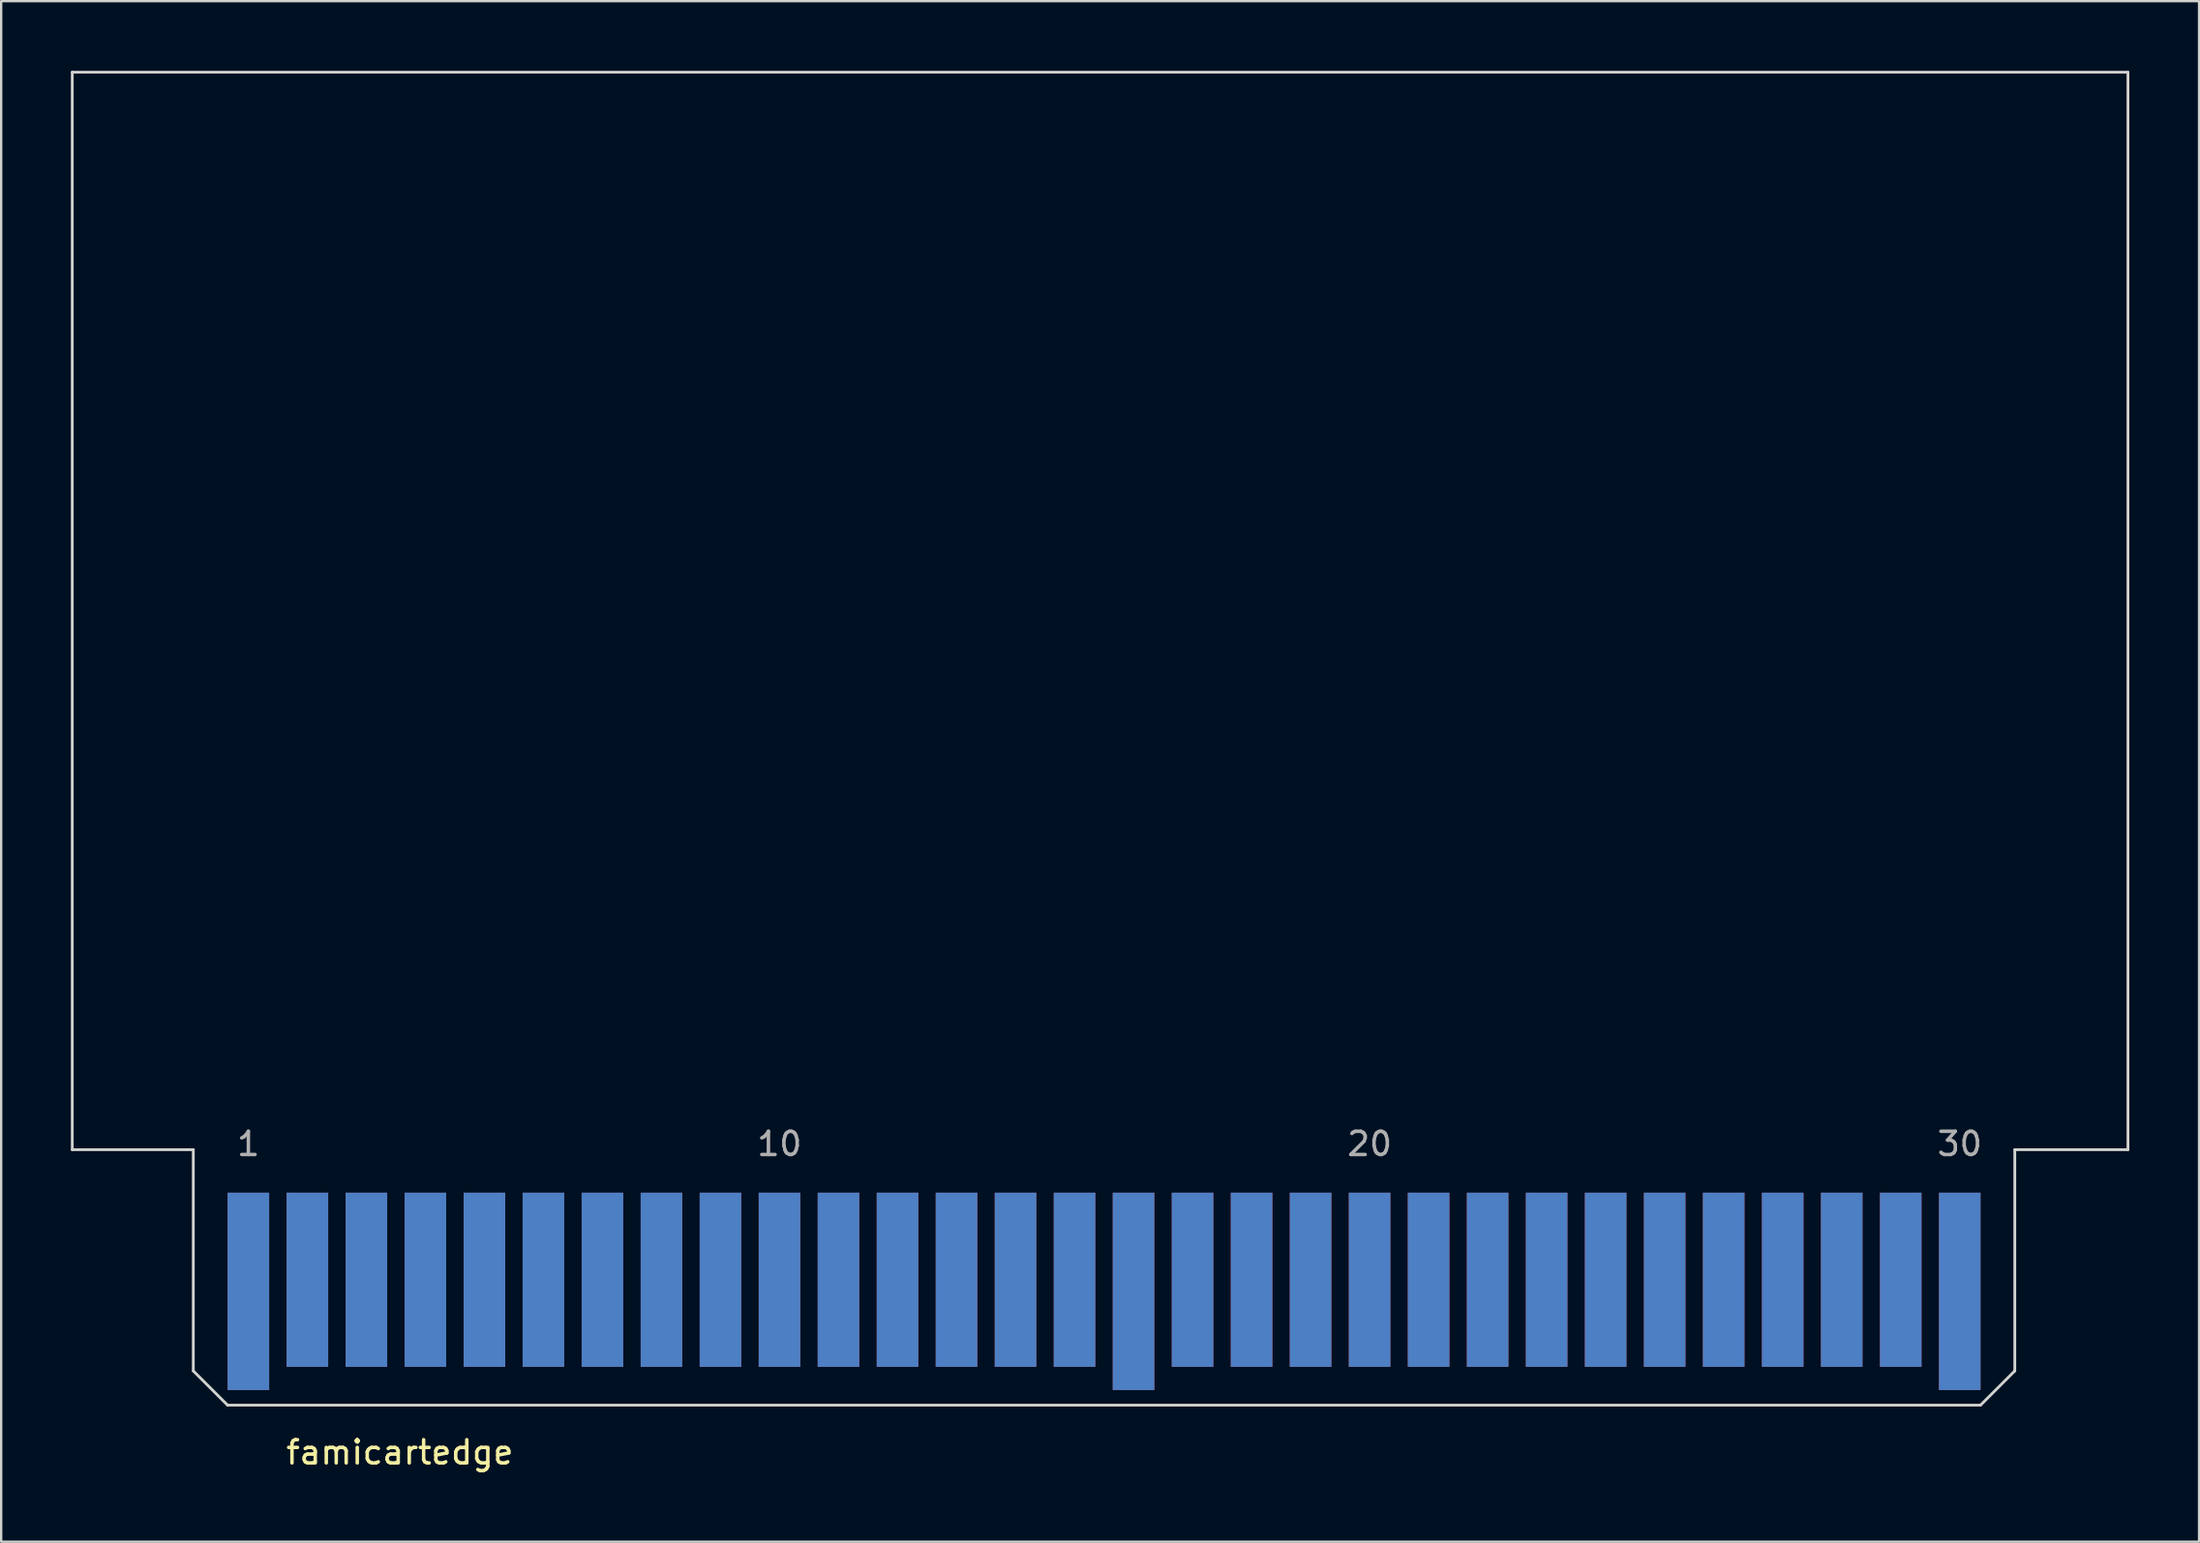
<source format=kicad_pcb>
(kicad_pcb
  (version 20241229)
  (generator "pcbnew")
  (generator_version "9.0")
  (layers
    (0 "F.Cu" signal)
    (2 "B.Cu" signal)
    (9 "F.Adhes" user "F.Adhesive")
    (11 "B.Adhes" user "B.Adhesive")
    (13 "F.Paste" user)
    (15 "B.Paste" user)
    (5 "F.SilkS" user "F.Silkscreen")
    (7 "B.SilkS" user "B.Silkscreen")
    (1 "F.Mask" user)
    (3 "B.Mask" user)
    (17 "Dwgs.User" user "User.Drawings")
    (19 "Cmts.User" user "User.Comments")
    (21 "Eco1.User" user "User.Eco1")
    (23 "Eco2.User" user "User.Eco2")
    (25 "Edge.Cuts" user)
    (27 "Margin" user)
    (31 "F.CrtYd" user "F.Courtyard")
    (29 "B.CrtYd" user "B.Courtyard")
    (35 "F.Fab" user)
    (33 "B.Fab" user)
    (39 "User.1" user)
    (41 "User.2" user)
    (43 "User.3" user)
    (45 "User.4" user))
  (footprint "famicartedge"
    (layer "F.Cu")
    (at 5.27 57.46)
    (property "Reference" "famicartedge" (at 8.89 2.032 0) (layer "F.SilkS") (effects (font (size 1 1) (thickness 0.15))))
    (attr through_hole)
    (fp_line (start -5.21 -57.4) (end -5.21 -11) (stroke (width 0.12) (type default)) (layer "Edge.Cuts"))
    (fp_line (start -5.21 -11) (end 0 -11) (stroke (width 0.12) (type default)) (layer "Edge.Cuts"))
    (fp_line (start 0 -11) (end 0 -1.475) (stroke (width 0.12) (type default)) (layer "Edge.Cuts"))
    (fp_line (start 0 -1.475) (end 1.475 0) (stroke (width 0.12) (type default)) (layer "Edge.Cuts"))
    (fp_line (start 1.475 0) (end 76.925 0) (stroke (width 0.12) (type default)) (layer "Edge.Cuts"))
    (fp_line (start 76.925 0) (end 78.4 -1.475) (stroke (width 0.12) (type default)) (layer "Edge.Cuts"))
    (fp_line (start 78.4 -11) (end 83.27 -11) (stroke (width 0.12) (type default)) (layer "Edge.Cuts"))
    (fp_line (start 78.4 -1.475) (end 78.4 -11) (stroke (width 0.12) (type default)) (layer "Edge.Cuts"))
    (fp_line (start 83.27 -57.4) (end -5.21 -57.4) (stroke (width 0.12) (type default)) (layer "Edge.Cuts"))
    (fp_line (start 83.27 -11) (end 83.27 -57.4) (stroke (width 0.12) (type default)) (layer "Edge.Cuts"))
    (fp_text user "1" (at 2.37 -11.25 0) (layer "F.Fab") (effects (font (size 1 1) (thickness 0.15))))
    (fp_text user "30" (at 76.03 -11.25 0) (layer "F.Fab") (effects (font (size 1 1) (thickness 0.15))))
    (fp_text user "20" (at 50.63 -11.25 0) (layer "F.Fab") (effects (font (size 1 1) (thickness 0.15))))
    (fp_text user "10" (at 25.23 -11.25 0) (layer "F.Fab") (effects (font (size 1 1) (thickness 0.15))))
    (pad "1" connect rect (at 2.37 -4.9) (size 1.79 8.5) (layers "F.Cu" "F.Mask" "Eco1.User"))
    (pad "2" connect rect (at 4.91 -5.4) (size 1.79 7.5) (layers "F.Cu" "F.Mask" "Eco1.User"))
    (pad "3" connect rect (at 7.45 -5.4) (size 1.79 7.5) (layers "F.Cu" "F.Mask" "Eco1.User"))
    (pad "4" connect rect (at 9.99 -5.4) (size 1.79 7.5) (layers "F.Cu" "F.Mask" "Eco1.User"))
    (pad "5" connect rect (at 12.53 -5.4) (size 1.79 7.5) (layers "F.Cu" "F.Mask" "Eco1.User"))
    (pad "6" connect rect (at 15.07 -5.4) (size 1.79 7.5) (layers "F.Cu" "F.Mask" "Eco1.User"))
    (pad "7" connect rect (at 17.61 -5.4) (size 1.79 7.5) (layers "F.Cu" "F.Mask" "Eco1.User"))
    (pad "8" connect rect (at 20.15 -5.4) (size 1.79 7.5) (layers "F.Cu" "F.Mask" "Eco1.User"))
    (pad "9" connect rect (at 22.69 -5.4) (size 1.79 7.5) (layers "F.Cu" "F.Mask" "Eco1.User"))
    (pad "10" connect rect (at 25.23 -5.4) (size 1.79 7.5) (layers "F.Cu" "F.Mask" "Eco1.User"))
    (pad "11" connect rect (at 27.77 -5.4) (size 1.79 7.5) (layers "F.Cu" "F.Mask" "Eco1.User"))
    (pad "12" connect rect (at 30.31 -5.4) (size 1.79 7.5) (layers "F.Cu" "F.Mask" "Eco1.User"))
    (pad "13" connect rect (at 32.85 -5.4) (size 1.79 7.5) (layers "F.Cu" "F.Mask" "Eco1.User"))
    (pad "14" connect rect (at 35.39 -5.4) (size 1.79 7.5) (layers "F.Cu" "F.Mask" "Eco1.User"))
    (pad "15" connect rect (at 37.93 -5.4) (size 1.79 7.5) (layers "F.Cu" "F.Mask" "Eco1.User"))
    (pad "16" connect rect (at 40.47 -4.9) (size 1.79 8.5) (layers "F.Cu" "F.Mask" "Eco1.User"))
    (pad "17" connect rect (at 43.01 -5.4) (size 1.79 7.5) (layers "F.Cu" "F.Mask" "Eco1.User"))
    (pad "18" connect rect (at 45.55 -5.4) (size 1.79 7.5) (layers "F.Cu" "F.Mask" "Eco1.User"))
    (pad "19" connect rect (at 48.09 -5.4) (size 1.79 7.5) (layers "F.Cu" "F.Mask" "Eco1.User"))
    (pad "20" connect rect (at 50.63 -5.4) (size 1.79 7.5) (layers "F.Cu" "F.Mask" "Eco1.User"))
    (pad "21" connect rect (at 53.17 -5.4) (size 1.79 7.5) (layers "F.Cu" "F.Mask" "Eco1.User"))
    (pad "22" connect rect (at 55.71 -5.4) (size 1.79 7.5) (layers "F.Cu" "F.Mask" "Eco1.User"))
    (pad "23" connect rect (at 58.25 -5.4) (size 1.79 7.5) (layers "F.Cu" "F.Mask" "Eco1.User"))
    (pad "24" connect rect (at 60.79 -5.4) (size 1.79 7.5) (layers "F.Cu" "F.Mask" "Eco1.User"))
    (pad "25" connect rect (at 63.33 -5.4) (size 1.79 7.5) (layers "F.Cu" "F.Mask" "Eco1.User"))
    (pad "26" connect rect (at 65.87 -5.4) (size 1.79 7.5) (layers "F.Cu" "F.Mask" "Eco1.User"))
    (pad "27" connect rect (at 68.41 -5.4) (size 1.79 7.5) (layers "F.Cu" "F.Mask" "Eco1.User"))
    (pad "28" connect rect (at 70.95 -5.4) (size 1.79 7.5) (layers "F.Cu" "F.Mask" "Eco1.User"))
    (pad "29" connect rect (at 73.49 -5.4) (size 1.79 7.5) (layers "F.Cu" "F.Mask" "Eco1.User"))
    (pad "30" connect rect (at 76.03 -4.9) (size 1.79 8.5) (layers "F.Cu" "F.Mask" "Eco1.User"))
    (pad "31" connect rect (at 2.37 -4.9) (size 1.79 8.5) (layers "B.Cu" "B.Mask" "Eco2.User"))
    (pad "32" connect rect (at 4.91 -5.4) (size 1.79 7.5) (layers "B.Cu" "B.Mask" "Eco2.User"))
    (pad "33" connect rect (at 7.45 -5.4) (size 1.79 7.5) (layers "B.Cu" "B.Mask" "Eco2.User"))
    (pad "34" connect rect (at 9.99 -5.4) (size 1.79 7.5) (layers "B.Cu" "B.Mask" "Eco2.User"))
    (pad "35" connect rect (at 12.53 -5.4) (size 1.79 7.5) (layers "B.Cu" "B.Mask" "Eco2.User"))
    (pad "36" connect rect (at 15.07 -5.4) (size 1.79 7.5) (layers "B.Cu" "B.Mask" "Eco2.User"))
    (pad "37" connect rect (at 17.61 -5.4) (size 1.79 7.5) (layers "B.Cu" "B.Mask" "Eco2.User"))
    (pad "38" connect rect (at 20.15 -5.4) (size 1.79 7.5) (layers "B.Cu" "B.Mask" "Eco2.User"))
    (pad "39" connect rect (at 22.69 -5.4) (size 1.79 7.5) (layers "B.Cu" "B.Mask" "Eco2.User"))
    (pad "40" connect rect (at 25.23 -5.4) (size 1.79 7.5) (layers "B.Cu" "B.Mask" "Eco2.User"))
    (pad "41" connect rect (at 27.77 -5.4) (size 1.79 7.5) (layers "B.Cu" "B.Mask" "Eco2.User"))
    (pad "42" connect rect (at 30.31 -5.4) (size 1.79 7.5) (layers "B.Cu" "B.Mask" "Eco2.User"))
    (pad "43" connect rect (at 32.85 -5.4) (size 1.79 7.5) (layers "B.Cu" "B.Mask" "Eco2.User"))
    (pad "44" connect rect (at 35.39 -5.4) (size 1.79 7.5) (layers "B.Cu" "B.Mask" "Eco2.User"))
    (pad "45" connect rect (at 37.93 -5.4) (size 1.79 7.5) (layers "B.Cu" "B.Mask" "Eco2.User"))
    (pad "46" connect rect (at 40.47 -4.9) (size 1.79 8.5) (layers "B.Cu" "B.Mask" "Eco2.User"))
    (pad "47" connect rect (at 43.01 -5.4) (size 1.79 7.5) (layers "B.Cu" "B.Mask" "Eco2.User"))
    (pad "48" connect rect (at 45.55 -5.4) (size 1.79 7.5) (layers "B.Cu" "B.Mask" "Eco2.User"))
    (pad "49" connect rect (at 48.09 -5.4) (size 1.79 7.5) (layers "B.Cu" "B.Mask" "Eco2.User"))
    (pad "50" connect rect (at 50.63 -5.4) (size 1.79 7.5) (layers "B.Cu" "B.Mask" "Eco2.User"))
    (pad "51" connect rect (at 53.17 -5.4) (size 1.79 7.5) (layers "B.Cu" "B.Mask" "Eco2.User"))
    (pad "52" connect rect (at 55.71 -5.4) (size 1.79 7.5) (layers "B.Cu" "B.Mask" "Eco2.User"))
    (pad "53" connect rect (at 58.25 -5.4) (size 1.79 7.5) (layers "B.Cu" "B.Mask" "Eco2.User"))
    (pad "54" connect rect (at 60.79 -5.4) (size 1.79 7.5) (layers "B.Cu" "B.Mask" "Eco2.User"))
    (pad "55" connect rect (at 63.33 -5.4) (size 1.79 7.5) (layers "B.Cu" "B.Mask" "Eco2.User"))
    (pad "56" connect rect (at 65.87 -5.4) (size 1.79 7.5) (layers "B.Cu" "B.Mask" "Eco2.User"))
    (pad "57" connect rect (at 68.41 -5.4) (size 1.79 7.5) (layers "B.Cu" "B.Mask" "Eco2.User"))
    (pad "58" connect rect (at 70.95 -5.4) (size 1.79 7.5) (layers "B.Cu" "B.Mask" "Eco2.User"))
    (pad "59" connect rect (at 73.49 -5.4) (size 1.79 7.5) (layers "B.Cu" "B.Mask" "Eco2.User"))
    (pad "60" connect rect (at 76.03 -4.9) (size 1.79 8.5) (layers "B.Cu" "B.Mask" "Eco2.User")))
  (gr_rect
    (start -3 -3)
    (end 91.6 63.34)
    (stroke (width 0.1) (type default))
    (fill no)
    (layer "Edge.Cuts")))
</source>
